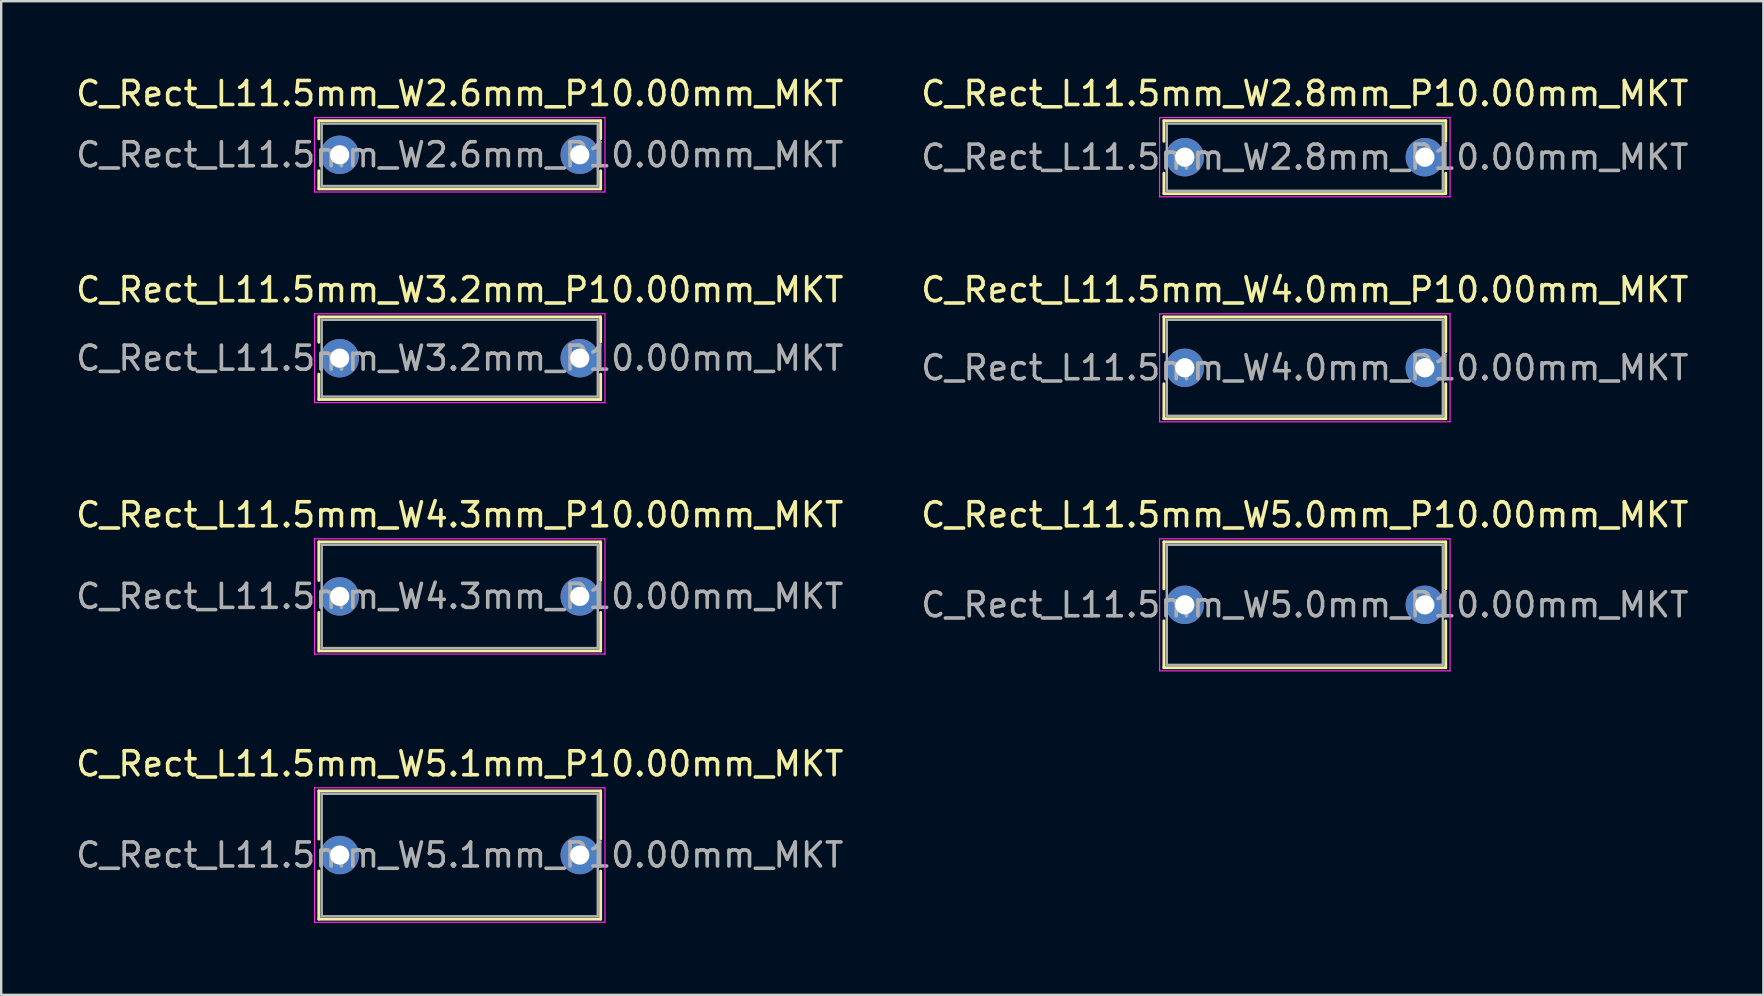
<source format=kicad_pcb>
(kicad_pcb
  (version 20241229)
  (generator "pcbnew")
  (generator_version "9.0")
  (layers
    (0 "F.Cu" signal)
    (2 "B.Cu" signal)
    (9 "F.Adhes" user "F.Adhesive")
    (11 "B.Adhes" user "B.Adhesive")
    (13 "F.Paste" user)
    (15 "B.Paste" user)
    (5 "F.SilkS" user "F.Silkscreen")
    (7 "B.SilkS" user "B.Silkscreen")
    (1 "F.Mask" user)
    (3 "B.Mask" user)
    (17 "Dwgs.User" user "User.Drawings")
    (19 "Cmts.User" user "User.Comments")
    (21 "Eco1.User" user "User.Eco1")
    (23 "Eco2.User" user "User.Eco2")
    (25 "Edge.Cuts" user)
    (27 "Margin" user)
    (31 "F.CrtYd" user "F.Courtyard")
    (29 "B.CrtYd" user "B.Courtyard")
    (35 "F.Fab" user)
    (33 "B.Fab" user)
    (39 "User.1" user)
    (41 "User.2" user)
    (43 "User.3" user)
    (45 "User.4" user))
  (footprint "C_Rect_L11.5mm_W2.8mm_P10.00mm_MKT"
    (layer "F.Cu")
    (at 46.304 3.498)
    (property "Reference" "C_Rect_L11.5mm_W2.8mm_P10.00mm_MKT" (at 5 -2.65 0) (layer "F.SilkS") (effects (font (size 1 1) (thickness 0.15))))
    (attr through_hole)
    (fp_line (start -0.87 -1.52) (end -0.87 -0.665) (stroke (width 0.12) (type solid)) (layer "F.SilkS"))
    (fp_line (start -0.87 -1.52) (end 10.87 -1.52) (stroke (width 0.12) (type solid)) (layer "F.SilkS"))
    (fp_line (start -0.87 0.665) (end -0.87 1.52) (stroke (width 0.12) (type solid)) (layer "F.SilkS"))
    (fp_line (start -0.87 1.52) (end 10.87 1.52) (stroke (width 0.12) (type solid)) (layer "F.SilkS"))
    (fp_line (start 10.87 -1.52) (end 10.87 -0.665) (stroke (width 0.12) (type solid)) (layer "F.SilkS"))
    (fp_line (start 10.87 0.665) (end 10.87 1.52) (stroke (width 0.12) (type solid)) (layer "F.SilkS"))
    (fp_line (start -1.05 -1.65) (end -1.05 1.65) (stroke (width 0.05) (type solid)) (layer "F.CrtYd"))
    (fp_line (start -1.05 1.65) (end 11.05 1.65) (stroke (width 0.05) (type solid)) (layer "F.CrtYd"))
    (fp_line (start 11.05 -1.65) (end -1.05 -1.65) (stroke (width 0.05) (type solid)) (layer "F.CrtYd"))
    (fp_line (start 11.05 1.65) (end 11.05 -1.65) (stroke (width 0.05) (type solid)) (layer "F.CrtYd"))
    (fp_line (start -0.75 -1.4) (end -0.75 1.4) (stroke (width 0.1) (type solid)) (layer "F.Fab"))
    (fp_line (start -0.75 1.4) (end 10.75 1.4) (stroke (width 0.1) (type solid)) (layer "F.Fab"))
    (fp_line (start 10.75 -1.4) (end -0.75 -1.4) (stroke (width 0.1) (type solid)) (layer "F.Fab"))
    (fp_line (start 10.75 1.4) (end 10.75 -1.4) (stroke (width 0.1) (type solid)) (layer "F.Fab"))
    (fp_text user "${REFERENCE}" (at 5 0 0) (layer "F.Fab") (effects (font (size 1 1) (thickness 0.15))))
    (pad "1" thru_hole circle (at 0 0) (size 1.6 1.6) (drill 0.8) (layers "*.Cu" "*.Mask"))
    (pad "2" thru_hole circle (at 10 0) (size 1.6 1.6) (drill 0.8) (layers "*.Cu" "*.Mask")))
  (footprint "C_Rect_L11.5mm_W4.0mm_P10.00mm_MKT"
    (layer "F.Cu")
    (at 46.304 12.271)
    (property "Reference" "C_Rect_L11.5mm_W4.0mm_P10.00mm_MKT" (at 5 -3.25 0) (layer "F.SilkS") (effects (font (size 1 1) (thickness 0.15))))
    (attr through_hole)
    (fp_line (start -0.87 -2.12) (end -0.87 -0.665) (stroke (width 0.12) (type solid)) (layer "F.SilkS"))
    (fp_line (start -0.87 -2.12) (end 10.87 -2.12) (stroke (width 0.12) (type solid)) (layer "F.SilkS"))
    (fp_line (start -0.87 0.665) (end -0.87 2.12) (stroke (width 0.12) (type solid)) (layer "F.SilkS"))
    (fp_line (start -0.87 2.12) (end 10.87 2.12) (stroke (width 0.12) (type solid)) (layer "F.SilkS"))
    (fp_line (start 10.87 -2.12) (end 10.87 -0.665) (stroke (width 0.12) (type solid)) (layer "F.SilkS"))
    (fp_line (start 10.87 0.665) (end 10.87 2.12) (stroke (width 0.12) (type solid)) (layer "F.SilkS"))
    (fp_line (start -1.05 -2.25) (end -1.05 2.25) (stroke (width 0.05) (type solid)) (layer "F.CrtYd"))
    (fp_line (start -1.05 2.25) (end 11.05 2.25) (stroke (width 0.05) (type solid)) (layer "F.CrtYd"))
    (fp_line (start 11.05 -2.25) (end -1.05 -2.25) (stroke (width 0.05) (type solid)) (layer "F.CrtYd"))
    (fp_line (start 11.05 2.25) (end 11.05 -2.25) (stroke (width 0.05) (type solid)) (layer "F.CrtYd"))
    (fp_line (start -0.75 -2) (end -0.75 2) (stroke (width 0.1) (type solid)) (layer "F.Fab"))
    (fp_line (start -0.75 2) (end 10.75 2) (stroke (width 0.1) (type solid)) (layer "F.Fab"))
    (fp_line (start 10.75 -2) (end -0.75 -2) (stroke (width 0.1) (type solid)) (layer "F.Fab"))
    (fp_line (start 10.75 2) (end 10.75 -2) (stroke (width 0.1) (type solid)) (layer "F.Fab"))
    (fp_text user "${REFERENCE}" (at 5 0 0) (layer "F.Fab") (effects (font (size 1 1) (thickness 0.15))))
    (pad "1" thru_hole circle (at 0 0) (size 1.6 1.6) (drill 0.8) (layers "*.Cu" "*.Mask"))
    (pad "2" thru_hole circle (at 10 0) (size 1.6 1.6) (drill 0.8) (layers "*.Cu" "*.Mask")))
  (footprint "C_Rect_L11.5mm_W3.2mm_P10.00mm_MKT"
    (layer "F.Cu")
    (at 11.101 11.871)
    (property "Reference" "C_Rect_L11.5mm_W3.2mm_P10.00mm_MKT" (at 5 -2.85 0) (layer "F.SilkS") (effects (font (size 1 1) (thickness 0.15))))
    (attr through_hole)
    (fp_line (start -0.87 -1.721) (end -0.87 -0.665) (stroke (width 0.12) (type solid)) (layer "F.SilkS"))
    (fp_line (start -0.87 -1.721) (end 10.87 -1.721) (stroke (width 0.12) (type solid)) (layer "F.SilkS"))
    (fp_line (start -0.87 0.665) (end -0.87 1.721) (stroke (width 0.12) (type solid)) (layer "F.SilkS"))
    (fp_line (start -0.87 1.721) (end 10.87 1.721) (stroke (width 0.12) (type solid)) (layer "F.SilkS"))
    (fp_line (start 10.87 -1.721) (end 10.87 -0.665) (stroke (width 0.12) (type solid)) (layer "F.SilkS"))
    (fp_line (start 10.87 0.665) (end 10.87 1.721) (stroke (width 0.12) (type solid)) (layer "F.SilkS"))
    (fp_line (start -1.05 -1.85) (end -1.05 1.85) (stroke (width 0.05) (type solid)) (layer "F.CrtYd"))
    (fp_line (start -1.05 1.85) (end 11.05 1.85) (stroke (width 0.05) (type solid)) (layer "F.CrtYd"))
    (fp_line (start 11.05 -1.85) (end -1.05 -1.85) (stroke (width 0.05) (type solid)) (layer "F.CrtYd"))
    (fp_line (start 11.05 1.85) (end 11.05 -1.85) (stroke (width 0.05) (type solid)) (layer "F.CrtYd"))
    (fp_line (start -0.75 -1.6) (end -0.75 1.6) (stroke (width 0.1) (type solid)) (layer "F.Fab"))
    (fp_line (start -0.75 1.6) (end 10.75 1.6) (stroke (width 0.1) (type solid)) (layer "F.Fab"))
    (fp_line (start 10.75 -1.6) (end -0.75 -1.6) (stroke (width 0.1) (type solid)) (layer "F.Fab"))
    (fp_line (start 10.75 1.6) (end 10.75 -1.6) (stroke (width 0.1) (type solid)) (layer "F.Fab"))
    (fp_text user "${REFERENCE}" (at 5 0 0) (layer "F.Fab") (effects (font (size 1 1) (thickness 0.15))))
    (pad "1" thru_hole circle (at 0 0) (size 1.6 1.6) (drill 0.8) (layers "*.Cu" "*.Mask"))
    (pad "2" thru_hole circle (at 10 0) (size 1.6 1.6) (drill 0.8) (layers "*.Cu" "*.Mask")))
  (footprint "C_Rect_L11.5mm_W2.6mm_P10.00mm_MKT"
    (layer "F.Cu")
    (at 11.101 3.398)
    (property "Reference" "C_Rect_L11.5mm_W2.6mm_P10.00mm_MKT" (at 5 -2.55 0) (layer "F.SilkS") (effects (font (size 1 1) (thickness 0.15))))
    (attr through_hole)
    (fp_line (start -0.87 -1.42) (end -0.87 -0.665) (stroke (width 0.12) (type solid)) (layer "F.SilkS"))
    (fp_line (start -0.87 -1.42) (end 10.87 -1.42) (stroke (width 0.12) (type solid)) (layer "F.SilkS"))
    (fp_line (start -0.87 0.665) (end -0.87 1.42) (stroke (width 0.12) (type solid)) (layer "F.SilkS"))
    (fp_line (start -0.87 1.42) (end 10.87 1.42) (stroke (width 0.12) (type solid)) (layer "F.SilkS"))
    (fp_line (start 10.87 -1.42) (end 10.87 -0.665) (stroke (width 0.12) (type solid)) (layer "F.SilkS"))
    (fp_line (start 10.87 0.665) (end 10.87 1.42) (stroke (width 0.12) (type solid)) (layer "F.SilkS"))
    (fp_line (start -1.05 -1.55) (end -1.05 1.55) (stroke (width 0.05) (type solid)) (layer "F.CrtYd"))
    (fp_line (start -1.05 1.55) (end 11.05 1.55) (stroke (width 0.05) (type solid)) (layer "F.CrtYd"))
    (fp_line (start 11.05 -1.55) (end -1.05 -1.55) (stroke (width 0.05) (type solid)) (layer "F.CrtYd"))
    (fp_line (start 11.05 1.55) (end 11.05 -1.55) (stroke (width 0.05) (type solid)) (layer "F.CrtYd"))
    (fp_line (start -0.75 -1.3) (end -0.75 1.3) (stroke (width 0.1) (type solid)) (layer "F.Fab"))
    (fp_line (start -0.75 1.3) (end 10.75 1.3) (stroke (width 0.1) (type solid)) (layer "F.Fab"))
    (fp_line (start 10.75 -1.3) (end -0.75 -1.3) (stroke (width 0.1) (type solid)) (layer "F.Fab"))
    (fp_line (start 10.75 1.3) (end 10.75 -1.3) (stroke (width 0.1) (type solid)) (layer "F.Fab"))
    (fp_text user "${REFERENCE}" (at 5 0 0) (layer "F.Fab") (effects (font (size 1 1) (thickness 0.15))))
    (pad "1" thru_hole circle (at 0 0) (size 1.6 1.6) (drill 0.8) (layers "*.Cu" "*.Mask"))
    (pad "2" thru_hole circle (at 10 0) (size 1.6 1.6) (drill 0.8) (layers "*.Cu" "*.Mask")))
  (footprint "C_Rect_L11.5mm_W4.3mm_P10.00mm_MKT"
    (layer "F.Cu")
    (at 11.101 21.795)
    (property "Reference" "C_Rect_L11.5mm_W4.3mm_P10.00mm_MKT" (at 5 -3.4 0) (layer "F.SilkS") (effects (font (size 1 1) (thickness 0.15))))
    (attr through_hole)
    (fp_line (start -0.87 -2.27) (end -0.87 -0.665) (stroke (width 0.12) (type solid)) (layer "F.SilkS"))
    (fp_line (start -0.87 -2.27) (end 10.87 -2.27) (stroke (width 0.12) (type solid)) (layer "F.SilkS"))
    (fp_line (start -0.87 0.665) (end -0.87 2.27) (stroke (width 0.12) (type solid)) (layer "F.SilkS"))
    (fp_line (start -0.87 2.27) (end 10.87 2.27) (stroke (width 0.12) (type solid)) (layer "F.SilkS"))
    (fp_line (start 10.87 -2.27) (end 10.87 -0.665) (stroke (width 0.12) (type solid)) (layer "F.SilkS"))
    (fp_line (start 10.87 0.665) (end 10.87 2.27) (stroke (width 0.12) (type solid)) (layer "F.SilkS"))
    (fp_line (start -1.05 -2.4) (end -1.05 2.4) (stroke (width 0.05) (type solid)) (layer "F.CrtYd"))
    (fp_line (start -1.05 2.4) (end 11.05 2.4) (stroke (width 0.05) (type solid)) (layer "F.CrtYd"))
    (fp_line (start 11.05 -2.4) (end -1.05 -2.4) (stroke (width 0.05) (type solid)) (layer "F.CrtYd"))
    (fp_line (start 11.05 2.4) (end 11.05 -2.4) (stroke (width 0.05) (type solid)) (layer "F.CrtYd"))
    (fp_line (start -0.75 -2.15) (end -0.75 2.15) (stroke (width 0.1) (type solid)) (layer "F.Fab"))
    (fp_line (start -0.75 2.15) (end 10.75 2.15) (stroke (width 0.1) (type solid)) (layer "F.Fab"))
    (fp_line (start 10.75 -2.15) (end -0.75 -2.15) (stroke (width 0.1) (type solid)) (layer "F.Fab"))
    (fp_line (start 10.75 2.15) (end 10.75 -2.15) (stroke (width 0.1) (type solid)) (layer "F.Fab"))
    (fp_text user "${REFERENCE}" (at 5 0 0) (layer "F.Fab") (effects (font (size 1 1) (thickness 0.15))))
    (pad "1" thru_hole circle (at 0 0) (size 1.6 1.6) (drill 0.8) (layers "*.Cu" "*.Mask"))
    (pad "2" thru_hole circle (at 10 0) (size 1.6 1.6) (drill 0.8) (layers "*.Cu" "*.Mask")))
  (footprint "C_Rect_L11.5mm_W5.0mm_P10.00mm_MKT"
    (layer "F.Cu")
    (at 46.304 22.145)
    (property "Reference" "C_Rect_L11.5mm_W5.0mm_P10.00mm_MKT" (at 5 -3.75 0) (layer "F.SilkS") (effects (font (size 1 1) (thickness 0.15))))
    (attr through_hole)
    (fp_line (start -0.87 -2.62) (end -0.87 -0.665) (stroke (width 0.12) (type solid)) (layer "F.SilkS"))
    (fp_line (start -0.87 -2.62) (end 10.87 -2.62) (stroke (width 0.12) (type solid)) (layer "F.SilkS"))
    (fp_line (start -0.87 0.665) (end -0.87 2.62) (stroke (width 0.12) (type solid)) (layer "F.SilkS"))
    (fp_line (start -0.87 2.62) (end 10.87 2.62) (stroke (width 0.12) (type solid)) (layer "F.SilkS"))
    (fp_line (start 10.87 -2.62) (end 10.87 -0.665) (stroke (width 0.12) (type solid)) (layer "F.SilkS"))
    (fp_line (start 10.87 0.665) (end 10.87 2.62) (stroke (width 0.12) (type solid)) (layer "F.SilkS"))
    (fp_line (start -1.05 -2.75) (end -1.05 2.75) (stroke (width 0.05) (type solid)) (layer "F.CrtYd"))
    (fp_line (start -1.05 2.75) (end 11.05 2.75) (stroke (width 0.05) (type solid)) (layer "F.CrtYd"))
    (fp_line (start 11.05 -2.75) (end -1.05 -2.75) (stroke (width 0.05) (type solid)) (layer "F.CrtYd"))
    (fp_line (start 11.05 2.75) (end 11.05 -2.75) (stroke (width 0.05) (type solid)) (layer "F.CrtYd"))
    (fp_line (start -0.75 -2.5) (end -0.75 2.5) (stroke (width 0.1) (type solid)) (layer "F.Fab"))
    (fp_line (start -0.75 2.5) (end 10.75 2.5) (stroke (width 0.1) (type solid)) (layer "F.Fab"))
    (fp_line (start 10.75 -2.5) (end -0.75 -2.5) (stroke (width 0.1) (type solid)) (layer "F.Fab"))
    (fp_line (start 10.75 2.5) (end 10.75 -2.5) (stroke (width 0.1) (type solid)) (layer "F.Fab"))
    (fp_text user "${REFERENCE}" (at 5 0 0) (layer "F.Fab") (effects (font (size 1 1) (thickness 0.15))))
    (pad "1" thru_hole circle (at 0 0) (size 1.6 1.6) (drill 0.8) (layers "*.Cu" "*.Mask"))
    (pad "2" thru_hole circle (at 10 0) (size 1.6 1.6) (drill 0.8) (layers "*.Cu" "*.Mask")))
  (footprint "C_Rect_L11.5mm_W5.1mm_P10.00mm_MKT"
    (layer "F.Cu")
    (at 11.101 32.568)
    (property "Reference" "C_Rect_L11.5mm_W5.1mm_P10.00mm_MKT" (at 5 -3.8 0) (layer "F.SilkS") (effects (font (size 1 1) (thickness 0.15))))
    (attr through_hole)
    (fp_line (start -0.87 -2.67) (end -0.87 -0.665) (stroke (width 0.12) (type solid)) (layer "F.SilkS"))
    (fp_line (start -0.87 -2.67) (end 10.87 -2.67) (stroke (width 0.12) (type solid)) (layer "F.SilkS"))
    (fp_line (start -0.87 0.665) (end -0.87 2.67) (stroke (width 0.12) (type solid)) (layer "F.SilkS"))
    (fp_line (start -0.87 2.67) (end 10.87 2.67) (stroke (width 0.12) (type solid)) (layer "F.SilkS"))
    (fp_line (start 10.87 -2.67) (end 10.87 -0.665) (stroke (width 0.12) (type solid)) (layer "F.SilkS"))
    (fp_line (start 10.87 0.665) (end 10.87 2.67) (stroke (width 0.12) (type solid)) (layer "F.SilkS"))
    (fp_line (start -1.05 -2.8) (end -1.05 2.8) (stroke (width 0.05) (type solid)) (layer "F.CrtYd"))
    (fp_line (start -1.05 2.8) (end 11.05 2.8) (stroke (width 0.05) (type solid)) (layer "F.CrtYd"))
    (fp_line (start 11.05 -2.8) (end -1.05 -2.8) (stroke (width 0.05) (type solid)) (layer "F.CrtYd"))
    (fp_line (start 11.05 2.8) (end 11.05 -2.8) (stroke (width 0.05) (type solid)) (layer "F.CrtYd"))
    (fp_line (start -0.75 -2.55) (end -0.75 2.55) (stroke (width 0.1) (type solid)) (layer "F.Fab"))
    (fp_line (start -0.75 2.55) (end 10.75 2.55) (stroke (width 0.1) (type solid)) (layer "F.Fab"))
    (fp_line (start 10.75 -2.55) (end -0.75 -2.55) (stroke (width 0.1) (type solid)) (layer "F.Fab"))
    (fp_line (start 10.75 2.55) (end 10.75 -2.55) (stroke (width 0.1) (type solid)) (layer "F.Fab"))
    (fp_text user "${REFERENCE}" (at 5 0 0) (layer "F.Fab") (effects (font (size 1 1) (thickness 0.15))))
    (pad "1" thru_hole circle (at 0 0) (size 1.6 1.6) (drill 0.8) (layers "*.Cu" "*.Mask"))
    (pad "2" thru_hole circle (at 10 0) (size 1.6 1.6) (drill 0.8) (layers "*.Cu" "*.Mask")))
  (gr_rect
    (start -3 -3)
    (end 70.405 38.393)
    (stroke (width 0.1) (type default))
    (fill no)
    (layer "Edge.Cuts")))
</source>
